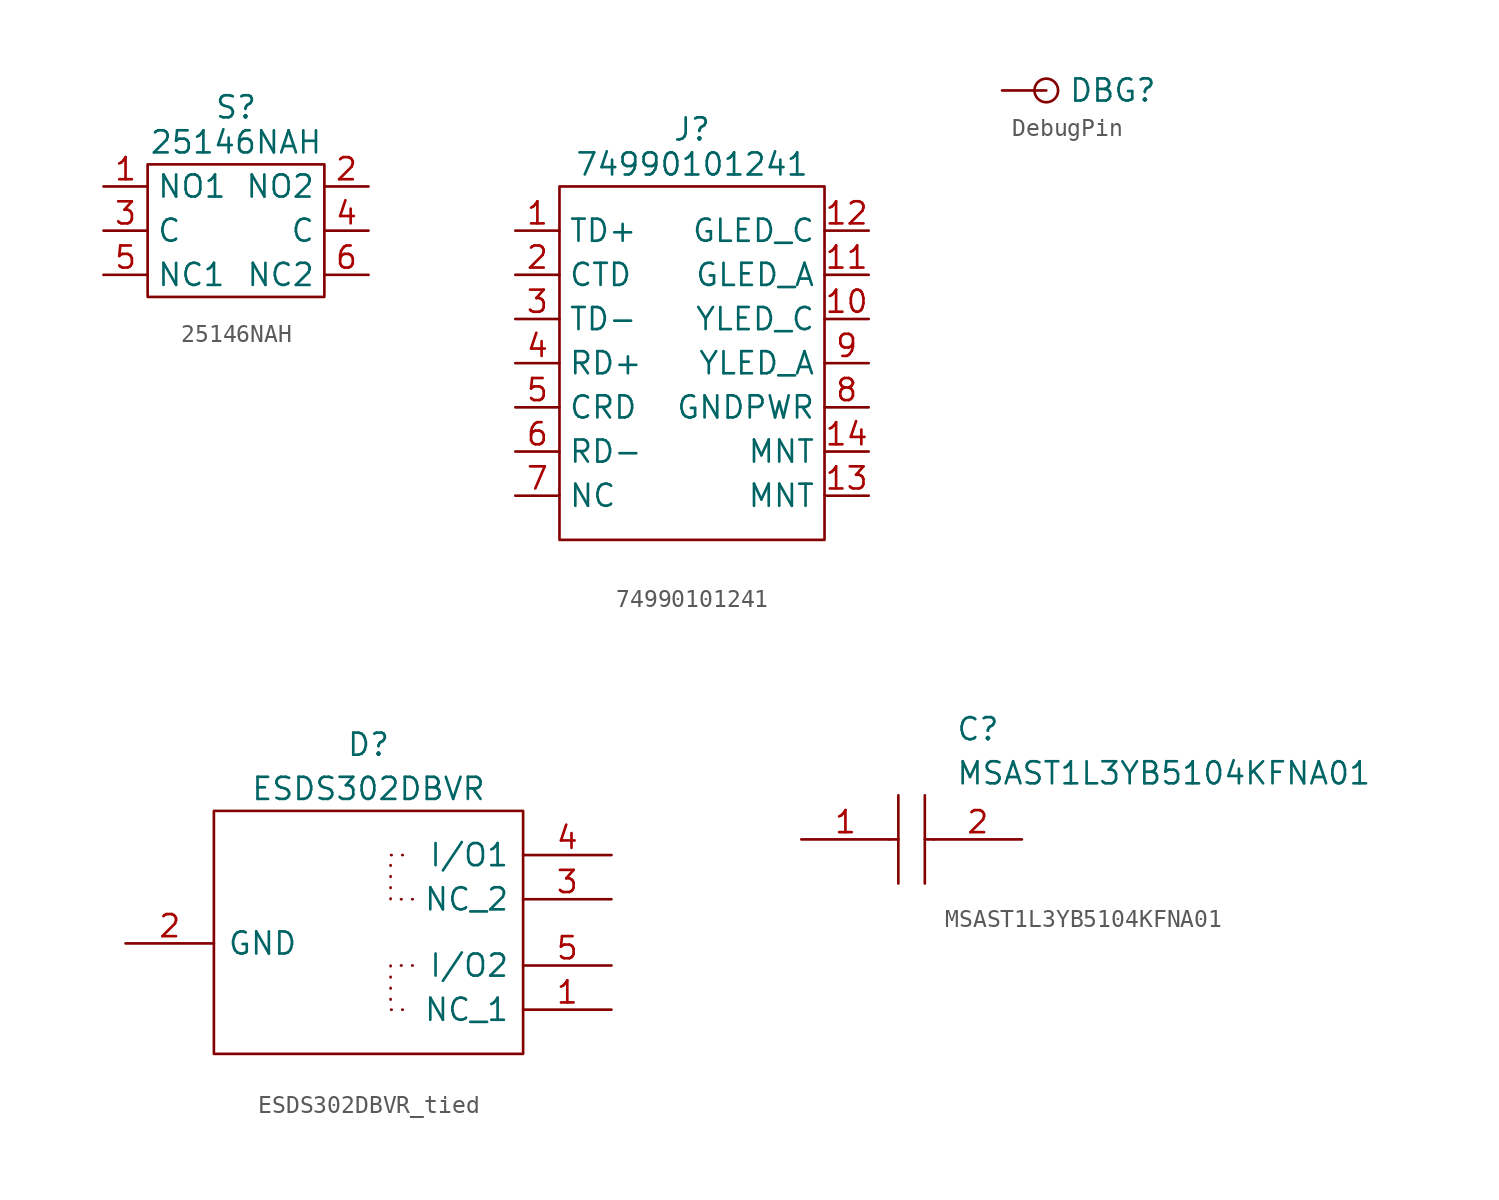
<source format=kicad_sym>
(kicad_symbol_lib
  (version 20220914)
  (generator kicad_symbol_editor)
  (symbol "25146NAH"
    (property "Reference" "S"
      (at 7.62 3.81 0)
      (effects (font (size 1.27 1.27)) (justify bottom)))
    (property "Value" "25146NAH"
      (at 7.62 2.54 0)
      (effects (font (size 1.27 1.27))))
    (symbol "25146NAH_0_1"
      (rectangle (start 2.54 1.27) (end 12.7 -6.35) (stroke (width 0) (type default)) (fill (type none))))
    (symbol "25146NAH_1_1"
      (pin passive line (at 0 0 0) (length 2.54) (name "NO1" (effects (font (size 1.27 1.27)))) (number "1" (effects (font (size 1.27 1.27)))))
      (pin passive line (at 15.24 0 180) (length 2.54) (name "NO2" (effects (font (size 1.27 1.27)))) (number "2" (effects (font (size 1.27 1.27)))))
      (pin passive line (at 0 -2.54 0) (length 2.54) (name "C" (effects (font (size 1.27 1.27)))) (number "3" (effects (font (size 1.27 1.27)))))
      (pin passive line (at 15.24 -2.54 180) (length 2.54) (name "C" (effects (font (size 1.27 1.27)))) (number "4" (effects (font (size 1.27 1.27)))))
      (pin passive line (at 0 -5.08 0) (length 2.54) (name "NC1" (effects (font (size 1.27 1.27)))) (number "5" (effects (font (size 1.27 1.27)))))
      (pin passive line (at 15.24 -5.08 180) (length 2.54) (name "NC2" (effects (font (size 1.27 1.27)))) (number "6" (effects (font (size 1.27 1.27)))))))
  (symbol "74990101241"
    (property "Reference" "J"
      (at 10.16 2.54 0)
      (effects (font (size 1.27 1.27)) (justify bottom)))
    (property "Value" "74990101241"
      (at 10.16 1.27 0)
      (effects (font (size 1.27 1.27))))
    (symbol "74990101241_0_0"
      (pin unspecified line (at 0 -2.54 0) (length 2.54) (name "TD+" (effects (font (size 1.27 1.27)))) (number "1" (effects (font (size 1.27 1.27)))))
      (pin unspecified line (at 20.32 -7.62 180) (length 2.54) (name "YLED_C" (effects (font (size 1.27 1.27)))) (number "10" (effects (font (size 1.27 1.27)))))
      (pin unspecified line (at 20.32 -5.08 180) (length 2.54) (name "GLED_A" (effects (font (size 1.27 1.27)))) (number "11" (effects (font (size 1.27 1.27)))))
      (pin unspecified line (at 20.32 -2.54 180) (length 2.54) (name "GLED_C" (effects (font (size 1.27 1.27)))) (number "12" (effects (font (size 1.27 1.27)))))
      (pin unspecified line (at 20.32 -17.78 180) (length 2.54) (name "MNT" (effects (font (size 1.27 1.27)))) (number "13" (effects (font (size 1.27 1.27)))))
      (pin unspecified line (at 20.32 -15.24 180) (length 2.54) (name "MNT" (effects (font (size 1.27 1.27)))) (number "14" (effects (font (size 1.27 1.27)))))
      (pin unspecified line (at 0 -5.08 0) (length 2.54) (name "CTD" (effects (font (size 1.27 1.27)))) (number "2" (effects (font (size 1.27 1.27)))))
      (pin unspecified line (at 0 -7.62 0) (length 2.54) (name "TD-" (effects (font (size 1.27 1.27)))) (number "3" (effects (font (size 1.27 1.27)))))
      (pin unspecified line (at 0 -10.16 0) (length 2.54) (name "RD+" (effects (font (size 1.27 1.27)))) (number "4" (effects (font (size 1.27 1.27)))))
      (pin unspecified line (at 0 -12.7 0) (length 2.54) (name "CRD" (effects (font (size 1.27 1.27)))) (number "5" (effects (font (size 1.27 1.27)))))
      (pin unspecified line (at 0 -15.24 0) (length 2.54) (name "RD-" (effects (font (size 1.27 1.27)))) (number "6" (effects (font (size 1.27 1.27)))))
      (pin unspecified line (at 0 -17.78 0) (length 2.54) (name "NC" (effects (font (size 1.27 1.27)))) (number "7" (effects (font (size 1.27 1.27)))))
      (pin unspecified line (at 20.32 -12.7 180) (length 2.54) (name "GNDPWR" (effects (font (size 1.27 1.27)))) (number "8" (effects (font (size 1.27 1.27)))))
      (pin unspecified line (at 20.32 -10.16 180) (length 2.54) (name "YLED_A" (effects (font (size 1.27 1.27)))) (number "9" (effects (font (size 1.27 1.27))))))
    (symbol "74990101241_0_1"
      (rectangle (start 2.54 0) (end 17.78 -20.32) (stroke (width 0) (type default)) (fill (type none)))))
  (symbol "DebugPin"
    (pin_numbers hide)
    (pin_names
      (offset 0) hide)
    (property "Reference" "DBG"
      (at 3.81 0 0)
      (effects (font (size 1.27 1.27)) (justify left)))
    (symbol "DebugPin_0_1"
      (circle (center 2.54 0) (radius 0.679) (stroke (width 0) (type default)) (fill (type none))))
    (symbol "DebugPin_1_1"
      (pin passive line (at 0 0 0) (length 2.54) (name "" (effects (font (size 0 0)))) (number "1" (effects (font (size 0 0)))))))
  (symbol "ESDS302DBVR_tied"
    (pin_names
      (offset 0.762))
    (property "Reference" "D"
      (at 13.97 3.81 0)
      (effects (font (size 1.27 1.27))))
    (property "Value" "ESDS302DBVR"
      (at 13.97 1.27 0)
      (effects (font (size 1.27 1.27))))
    (symbol "ESDS302DBVR_tied_0_0"
      (pin passive line (at 27.94 -11.43 180) (length 5.08) (name "NC_1" (effects (font (size 1.27 1.27)))) (number "1" (effects (font (size 1.27 1.27)))))
      (pin passive line (at 0 -7.62 0) (length 5.08) (name "GND" (effects (font (size 1.27 1.27)))) (number "2" (effects (font (size 1.27 1.27)))))
      (pin passive line (at 27.94 -5.08 180) (length 5.08) (name "NC_2" (effects (font (size 1.27 1.27)))) (number "3" (effects (font (size 1.27 1.27)))))
      (pin passive line (at 27.94 -2.54 180) (length 5.08) (name "I/O1" (effects (font (size 1.27 1.27)))) (number "4" (effects (font (size 1.27 1.27)))))
      (pin passive line (at 27.94 -8.89 180) (length 5.08) (name "I/O2" (effects (font (size 1.27 1.27)))) (number "5" (effects (font (size 1.27 1.27))))))
    (symbol "ESDS302DBVR_tied_0_1"
      (polyline (pts (xy 16.51 -8.89) (xy 15.24 -8.89) (xy 15.24 -11.43) (xy 16.51 -11.43)) (stroke (width 0) (type dot)) (fill (type none)))
      (polyline (pts (xy 16.51 -5.08) (xy 15.24 -5.08) (xy 15.24 -2.54) (xy 16.51 -2.54)) (stroke (width 0) (type dot)) (fill (type none)))
      (polyline (pts (xy 5.08 0) (xy 22.86 0) (xy 22.86 -13.97) (xy 5.08 -13.97) (xy 5.08 0)) (stroke (width 0.152) (type solid)) (fill (type none)))))
  (symbol "MSAST1L3YB5104KFNA01"
    (pin_names
      (offset 0.762))
    (property "Reference" "C"
      (at 8.89 6.35 0)
      (effects (font (size 1.27 1.27)) (justify left)))
    (property "Value" "MSAST1L3YB5104KFNA01"
      (at 8.89 3.81 0)
      (effects (font (size 1.27 1.27)) (justify left)))
    (symbol "MSAST1L3YB5104KFNA01_0_0"
      (pin passive line (at 0 0 0) (length 5.08) (name "~" (effects (font (size 1.27 1.27)))) (number "1" (effects (font (size 1.27 1.27)))))
      (pin passive line (at 12.7 0 180) (length 5.08) (name "~" (effects (font (size 1.27 1.27)))) (number "2" (effects (font (size 1.27 1.27))))))
    (symbol "MSAST1L3YB5104KFNA01_0_1"
      (polyline (pts (xy 5.08 0) (xy 5.588 0)) (stroke (width 0.152) (type solid)) (fill (type none)))
      (polyline (pts (xy 5.588 2.54) (xy 5.588 -2.54)) (stroke (width 0.152) (type solid)) (fill (type none)))
      (polyline (pts (xy 7.112 0) (xy 7.62 0)) (stroke (width 0.152) (type solid)) (fill (type none)))
      (polyline (pts (xy 7.112 2.54) (xy 7.112 -2.54)) (stroke (width 0.152) (type solid)) (fill (type none))))))
</source>
